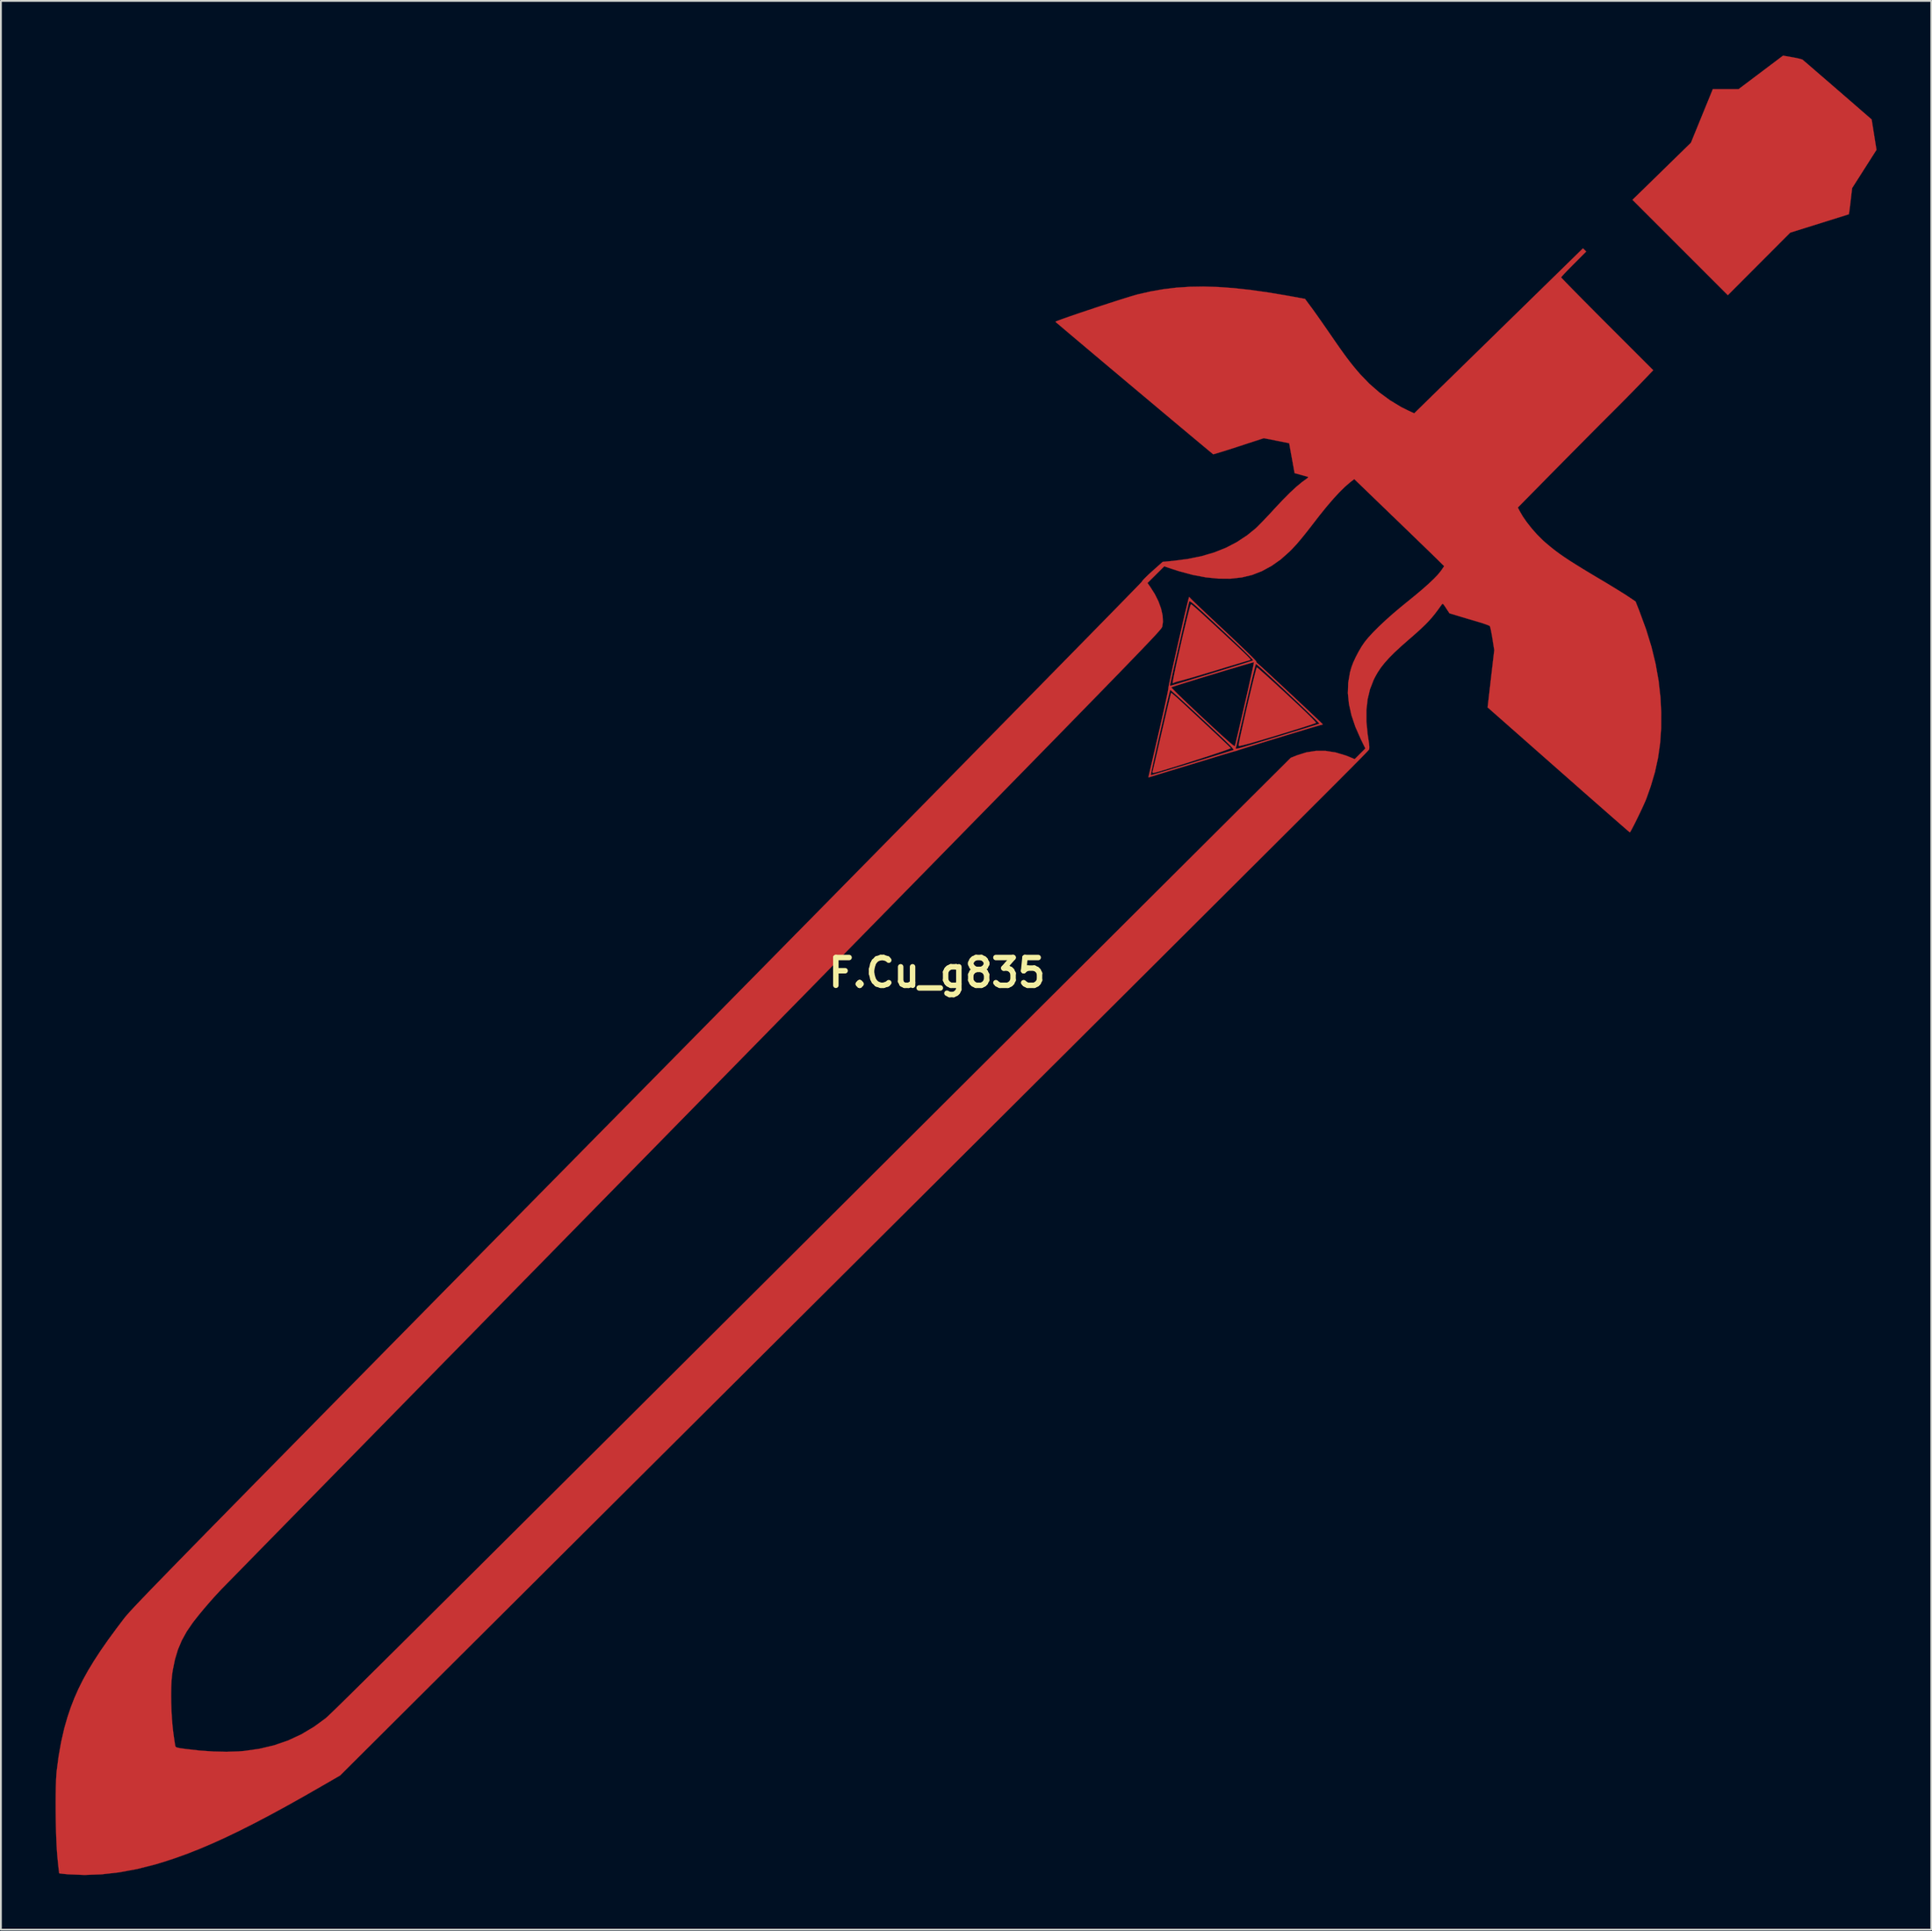
<source format=kicad_pcb>
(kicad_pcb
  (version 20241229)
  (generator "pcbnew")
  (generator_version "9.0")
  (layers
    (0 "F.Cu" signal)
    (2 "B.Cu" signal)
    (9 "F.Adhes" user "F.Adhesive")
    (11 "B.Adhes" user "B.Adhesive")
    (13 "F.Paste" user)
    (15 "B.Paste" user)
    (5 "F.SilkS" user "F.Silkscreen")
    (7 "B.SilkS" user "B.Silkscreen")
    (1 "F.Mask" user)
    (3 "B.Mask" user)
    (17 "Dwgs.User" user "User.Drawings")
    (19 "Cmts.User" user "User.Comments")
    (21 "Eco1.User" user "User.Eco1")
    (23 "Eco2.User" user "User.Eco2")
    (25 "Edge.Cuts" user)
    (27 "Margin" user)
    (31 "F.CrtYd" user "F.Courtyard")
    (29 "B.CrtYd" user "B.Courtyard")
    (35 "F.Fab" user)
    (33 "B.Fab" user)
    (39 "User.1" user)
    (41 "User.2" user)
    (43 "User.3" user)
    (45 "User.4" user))
  (footprint "F.Cu_g835"
    (layer "F.Cu")
    (at 48.37 50.336)
    (property "Reference" "F.Cu_g835" (at 0 0 0) (layer "F.SilkS") (effects (font (size 1.524 1.524) (thickness 0.3))))
    (attr through_hole)
    (fp_poly (pts (xy 46.93 -50.244) (xy 47.132 -50.206) (xy 47.307 -50.168) (xy 47.435 -50.133) (xy 47.498 -50.108) (xy 47.541 -50.072) (xy 47.642 -49.986) (xy 47.795 -49.854) (xy 47.994 -49.682) (xy 48.234 -49.474) (xy 48.509 -49.237) (xy 48.812 -48.975) (xy 49.139 -48.692) (xy 49.424 -48.445) (xy 51.287 -46.83) (xy 51.42 -45.997) (xy 51.553 -45.163) (xy 50.884 -44.113) (xy 50.215 -43.063) (xy 50.147 -42.476) (xy 50.121 -42.25) (xy 50.096 -42.045) (xy 50.075 -41.879) (xy 50.06 -41.772) (xy 50.058 -41.758) (xy 50.037 -41.627) (xy 46.818 -40.619) (xy 43.395 -37.187) (xy 38.163 -42.42) (xy 38.544 -42.79) (xy 38.661 -42.904) (xy 38.83 -43.068) (xy 39.04 -43.273) (xy 39.282 -43.51) (xy 39.548 -43.77) (xy 39.828 -44.044) (xy 40.113 -44.322) (xy 40.148 -44.356) (xy 41.371 -45.551) (xy 41.971 -47.022) (xy 42.572 -48.493) (xy 43.986 -48.493) (xy 46.426 -50.331) (xy 46.93 -50.244)) (stroke (width 0.01) (type solid)) (fill yes) (layer "F.Cu"))
    (fp_poly (pts (xy 12.883 -15.338) (xy 12.97 -15.269) (xy 13.096 -15.16) (xy 13.252 -15.02) (xy 13.363 -14.918) (xy 13.859 -14.456) (xy 14.297 -14.048) (xy 14.678 -13.692) (xy 15.007 -13.385) (xy 15.287 -13.124) (xy 15.52 -12.905) (xy 15.709 -12.726) (xy 15.859 -12.585) (xy 15.971 -12.477) (xy 16.05 -12.4) (xy 16.098 -12.352) (xy 16.118 -12.329) (xy 16.119 -12.327) (xy 16.083 -12.306) (xy 15.976 -12.263) (xy 15.805 -12.201) (xy 15.58 -12.123) (xy 15.311 -12.032) (xy 15.006 -11.931) (xy 14.674 -11.822) (xy 14.325 -11.709) (xy 13.967 -11.594) (xy 13.61 -11.481) (xy 13.262 -11.372) (xy 12.932 -11.27) (xy 12.63 -11.178) (xy 12.365 -11.098) (xy 12.146 -11.035) (xy 11.981 -10.99) (xy 11.88 -10.967) (xy 11.858 -10.964) (xy 11.824 -10.996) (xy 11.828 -11.038) (xy 11.842 -11.093) (xy 11.873 -11.222) (xy 11.919 -11.418) (xy 11.978 -11.671) (xy 12.049 -11.975) (xy 12.129 -12.321) (xy 12.217 -12.701) (xy 12.311 -13.107) (xy 12.338 -13.225) (xy 12.433 -13.635) (xy 12.523 -14.019) (xy 12.605 -14.37) (xy 12.678 -14.68) (xy 12.741 -14.941) (xy 12.791 -15.146) (xy 12.826 -15.286) (xy 12.844 -15.353) (xy 12.847 -15.358) (xy 12.883 -15.338)) (stroke (width 0.01) (type solid)) (fill yes) (layer "F.Cu"))
    (fp_poly (pts (xy 17.584 -16.735) (xy 17.675 -16.66) (xy 17.817 -16.536) (xy 18.004 -16.37) (xy 18.23 -16.166) (xy 18.49 -15.929) (xy 18.778 -15.664) (xy 19.09 -15.377) (xy 19.418 -15.072) (xy 19.758 -14.755) (xy 19.91 -14.613) (xy 20.141 -14.394) (xy 20.348 -14.194) (xy 20.525 -14.019) (xy 20.663 -13.877) (xy 20.757 -13.775) (xy 20.798 -13.72) (xy 20.799 -13.713) (xy 20.75 -13.692) (xy 20.629 -13.649) (xy 20.447 -13.588) (xy 20.212 -13.513) (xy 19.936 -13.425) (xy 19.626 -13.328) (xy 19.294 -13.224) (xy 18.948 -13.118) (xy 18.599 -13.011) (xy 18.255 -12.908) (xy 17.928 -12.81) (xy 17.626 -12.72) (xy 17.359 -12.643) (xy 17.138 -12.58) (xy 16.971 -12.535) (xy 16.958 -12.532) (xy 16.773 -12.485) (xy 16.655 -12.458) (xy 16.588 -12.45) (xy 16.559 -12.458) (xy 16.552 -12.481) (xy 16.552 -12.484) (xy 16.562 -12.556) (xy 16.589 -12.7) (xy 16.63 -12.904) (xy 16.685 -13.159) (xy 16.751 -13.455) (xy 16.825 -13.784) (xy 16.905 -14.135) (xy 16.988 -14.499) (xy 17.074 -14.865) (xy 17.159 -15.226) (xy 17.241 -15.57) (xy 17.318 -15.888) (xy 17.388 -16.171) (xy 17.449 -16.409) (xy 17.497 -16.593) (xy 17.532 -16.713) (xy 17.549 -16.758) (xy 17.584 -16.735)) (stroke (width 0.01) (type solid)) (fill yes) (layer "F.Cu"))
    (fp_poly (pts (xy 13.946 -20.215) (xy 13.974 -20.199) (xy 14.021 -20.165) (xy 14.089 -20.109) (xy 14.184 -20.027) (xy 14.308 -19.916) (xy 14.467 -19.774) (xy 14.662 -19.595) (xy 14.899 -19.377) (xy 15.181 -19.116) (xy 15.513 -18.809) (xy 15.897 -18.452) (xy 16.339 -18.041) (xy 16.476 -17.913) (xy 16.684 -17.718) (xy 16.868 -17.542) (xy 17.02 -17.392) (xy 17.132 -17.277) (xy 17.196 -17.205) (xy 17.207 -17.185) (xy 17.155 -17.153) (xy 17.093 -17.134) (xy 17.032 -17.118) (xy 16.9 -17.079) (xy 16.705 -17.021) (xy 16.457 -16.946) (xy 16.164 -16.858) (xy 15.835 -16.758) (xy 15.48 -16.65) (xy 15.325 -16.602) (xy 14.95 -16.489) (xy 14.59 -16.38) (xy 14.253 -16.28) (xy 13.951 -16.191) (xy 13.695 -16.117) (xy 13.495 -16.061) (xy 13.361 -16.026) (xy 13.335 -16.02) (xy 13.18 -15.981) (xy 13.059 -15.942) (xy 12.995 -15.912) (xy 12.991 -15.907) (xy 12.953 -15.893) (xy 12.937 -15.911) (xy 12.939 -15.963) (xy 12.959 -16.088) (xy 12.994 -16.276) (xy 13.044 -16.518) (xy 13.104 -16.804) (xy 13.174 -17.125) (xy 13.252 -17.47) (xy 13.334 -17.831) (xy 13.418 -18.198) (xy 13.503 -18.562) (xy 13.587 -18.913) (xy 13.666 -19.241) (xy 13.739 -19.537) (xy 13.804 -19.791) (xy 13.858 -19.995) (xy 13.9 -20.137) (xy 13.927 -20.21) (xy 13.932 -20.217) (xy 13.946 -20.215)) (stroke (width 0.01) (type solid)) (fill yes) (layer "F.Cu"))
    (fp_poly (pts (xy 13.864 -20.605) (xy 13.873 -20.587) (xy 13.906 -20.549) (xy 13.996 -20.459) (xy 14.137 -20.322) (xy 14.324 -20.143) (xy 14.551 -19.928) (xy 14.812 -19.681) (xy 15.102 -19.407) (xy 15.416 -19.113) (xy 15.711 -18.837) (xy 16.04 -18.529) (xy 16.35 -18.237) (xy 16.634 -17.966) (xy 16.888 -17.723) (xy 17.106 -17.511) (xy 17.283 -17.337) (xy 17.414 -17.205) (xy 17.492 -17.12) (xy 17.514 -17.089) (xy 17.532 -17.031) (xy 17.589 -16.976) (xy 17.639 -16.934) (xy 17.742 -16.842) (xy 17.891 -16.707) (xy 18.08 -16.533) (xy 18.302 -16.328) (xy 18.551 -16.098) (xy 18.819 -15.848) (xy 19.101 -15.586) (xy 19.389 -15.317) (xy 19.677 -15.048) (xy 19.957 -14.785) (xy 20.224 -14.535) (xy 20.471 -14.302) (xy 20.69 -14.094) (xy 20.876 -13.918) (xy 21.022 -13.778) (xy 21.12 -13.682) (xy 21.165 -13.636) (xy 21.167 -13.632) (xy 21.131 -13.61) (xy 21.093 -13.604) (xy 21.04 -13.592) (xy 20.916 -13.557) (xy 20.73 -13.502) (xy 20.489 -13.431) (xy 20.203 -13.345) (xy 19.881 -13.249) (xy 19.533 -13.143) (xy 19.166 -13.032) (xy 18.791 -12.918) (xy 18.415 -12.803) (xy 18.049 -12.69) (xy 17.7 -12.583) (xy 17.379 -12.484) (xy 17.093 -12.395) (xy 16.852 -12.319) (xy 16.665 -12.26) (xy 16.542 -12.219) (xy 16.49 -12.2) (xy 16.49 -12.2) (xy 16.411 -12.173) (xy 16.384 -12.169) (xy 16.327 -12.155) (xy 16.201 -12.119) (xy 16.018 -12.066) (xy 15.79 -11.998) (xy 15.53 -11.919) (xy 15.346 -11.863) (xy 15.038 -11.768) (xy 14.672 -11.656) (xy 14.27 -11.533) (xy 13.855 -11.406) (xy 13.449 -11.283) (xy 13.102 -11.177) (xy 12.784 -11.08) (xy 12.487 -10.99) (xy 12.223 -10.91) (xy 12.003 -10.842) (xy 11.837 -10.791) (xy 11.736 -10.76) (xy 11.716 -10.753) (xy 11.633 -10.728) (xy 11.6 -10.723) (xy 11.61 -10.765) (xy 11.628 -10.843) (xy 11.726 -10.843) (xy 11.727 -10.837) (xy 11.771 -10.849) (xy 11.889 -10.884) (xy 12.074 -10.939) (xy 12.317 -11.012) (xy 12.611 -11.1) (xy 12.949 -11.203) (xy 13.323 -11.316) (xy 13.726 -11.439) (xy 13.974 -11.514) (xy 14.392 -11.642) (xy 14.787 -11.763) (xy 15.152 -11.875) (xy 15.478 -11.976) (xy 15.759 -12.063) (xy 15.985 -12.133) (xy 16.151 -12.185) (xy 16.247 -12.216) (xy 16.268 -12.224) (xy 16.274 -12.24) (xy 16.254 -12.278) (xy 16.226 -12.313) (xy 16.385 -12.313) (xy 16.393 -12.299) (xy 16.418 -12.294) (xy 16.466 -12.299) (xy 16.544 -12.316) (xy 16.657 -12.345) (xy 16.812 -12.388) (xy 17.014 -12.448) (xy 17.269 -12.524) (xy 17.584 -12.62) (xy 17.963 -12.735) (xy 18.413 -12.873) (xy 18.775 -12.983) (xy 19.186 -13.109) (xy 19.574 -13.228) (xy 19.93 -13.337) (xy 20.247 -13.435) (xy 20.516 -13.519) (xy 20.732 -13.587) (xy 20.885 -13.636) (xy 20.968 -13.663) (xy 20.981 -13.668) (xy 20.958 -13.7) (xy 20.879 -13.783) (xy 20.752 -13.911) (xy 20.582 -14.077) (xy 20.377 -14.276) (xy 20.144 -14.501) (xy 19.887 -14.745) (xy 19.616 -15.003) (xy 19.335 -15.269) (xy 19.053 -15.535) (xy 18.774 -15.796) (xy 18.507 -16.045) (xy 18.258 -16.277) (xy 18.032 -16.484) (xy 17.839 -16.661) (xy 17.682 -16.801) (xy 17.57 -16.898) (xy 17.51 -16.946) (xy 17.502 -16.95) (xy 17.486 -16.911) (xy 17.453 -16.796) (xy 17.406 -16.615) (xy 17.345 -16.373) (xy 17.272 -16.079) (xy 17.19 -15.74) (xy 17.101 -15.363) (xy 17.006 -14.956) (xy 16.954 -14.732) (xy 16.856 -14.308) (xy 16.763 -13.906) (xy 16.677 -13.533) (xy 16.599 -13.2) (xy 16.533 -12.912) (xy 16.478 -12.679) (xy 16.438 -12.508) (xy 16.415 -12.408) (xy 16.41 -12.388) (xy 16.4 -12.359) (xy 16.39 -12.333) (xy 16.385 -12.313) (xy 16.226 -12.313) (xy 16.205 -12.34) (xy 16.121 -12.431) (xy 16 -12.554) (xy 15.838 -12.714) (xy 15.63 -12.914) (xy 15.372 -13.159) (xy 15.06 -13.452) (xy 14.692 -13.797) (xy 14.581 -13.899) (xy 14.257 -14.201) (xy 13.951 -14.484) (xy 13.67 -14.743) (xy 13.418 -14.974) (xy 13.201 -15.171) (xy 13.025 -15.328) (xy 12.896 -15.442) (xy 12.818 -15.507) (xy 12.797 -15.52) (xy 12.782 -15.475) (xy 12.751 -15.356) (xy 12.705 -15.174) (xy 12.648 -14.936) (xy 12.581 -14.653) (xy 12.506 -14.333) (xy 12.425 -13.984) (xy 12.34 -13.616) (xy 12.253 -13.238) (xy 12.166 -12.858) (xy 12.082 -12.486) (xy 12.002 -12.131) (xy 11.928 -11.801) (xy 11.863 -11.505) (xy 11.808 -11.252) (xy 11.765 -11.052) (xy 11.738 -10.913) (xy 11.726 -10.843) (xy 11.628 -10.843) (xy 11.636 -10.882) (xy 11.679 -11.066) (xy 11.736 -11.312) (xy 11.805 -11.612) (xy 11.885 -11.957) (xy 11.974 -12.342) (xy 12.07 -12.759) (xy 12.164 -13.166) (xy 12.266 -13.606) (xy 12.36 -14.021) (xy 12.446 -14.404) (xy 12.522 -14.748) (xy 12.586 -15.045) (xy 12.638 -15.288) (xy 12.674 -15.47) (xy 12.694 -15.583) (xy 12.697 -15.621) (xy 12.702 -15.664) (xy 12.702 -15.664) (xy 12.857 -15.664) (xy 12.881 -15.631) (xy 12.961 -15.545) (xy 13.093 -15.412) (xy 13.271 -15.237) (xy 13.489 -15.026) (xy 13.743 -14.784) (xy 14.026 -14.515) (xy 14.333 -14.226) (xy 14.571 -14.003) (xy 14.966 -13.635) (xy 15.303 -13.323) (xy 15.586 -13.064) (xy 15.818 -12.854) (xy 16.003 -12.69) (xy 16.145 -12.569) (xy 16.246 -12.489) (xy 16.311 -12.446) (xy 16.342 -12.437) (xy 16.345 -12.441) (xy 16.36 -12.494) (xy 16.391 -12.622) (xy 16.437 -12.817) (xy 16.497 -13.071) (xy 16.569 -13.376) (xy 16.65 -13.726) (xy 16.74 -14.111) (xy 16.835 -14.524) (xy 16.891 -14.765) (xy 16.988 -15.188) (xy 17.079 -15.587) (xy 17.161 -15.952) (xy 17.233 -16.277) (xy 17.294 -16.555) (xy 17.341 -16.777) (xy 17.373 -16.936) (xy 17.389 -17.025) (xy 17.39 -17.041) (xy 17.348 -17.033) (xy 17.233 -17.002) (xy 17.055 -16.951) (xy 16.823 -16.884) (xy 16.545 -16.802) (xy 16.232 -16.709) (xy 15.89 -16.607) (xy 15.53 -16.498) (xy 15.161 -16.386) (xy 14.79 -16.274) (xy 14.427 -16.163) (xy 14.081 -16.056) (xy 13.761 -15.957) (xy 13.476 -15.868) (xy 13.234 -15.792) (xy 13.045 -15.731) (xy 12.917 -15.688) (xy 12.859 -15.666) (xy 12.857 -15.664) (xy 12.702 -15.664) (xy 12.724 -15.781) (xy 12.726 -15.794) (xy 12.785 -15.794) (xy 12.803 -15.75) (xy 12.81 -15.748) (xy 12.854 -15.76) (xy 12.972 -15.795) (xy 13.156 -15.85) (xy 13.398 -15.923) (xy 13.692 -16.011) (xy 14.03 -16.114) (xy 14.404 -16.228) (xy 14.807 -16.351) (xy 15.064 -16.429) (xy 15.483 -16.557) (xy 15.878 -16.679) (xy 16.241 -16.791) (xy 16.566 -16.892) (xy 16.844 -16.978) (xy 17.068 -17.049) (xy 17.231 -17.101) (xy 17.325 -17.132) (xy 17.346 -17.14) (xy 17.327 -17.175) (xy 17.248 -17.265) (xy 17.108 -17.408) (xy 16.911 -17.603) (xy 16.659 -17.848) (xy 16.351 -18.141) (xy 15.992 -18.48) (xy 15.633 -18.815) (xy 15.258 -19.165) (xy 14.939 -19.461) (xy 14.673 -19.708) (xy 14.454 -19.908) (xy 14.278 -20.068) (xy 14.139 -20.189) (xy 14.034 -20.278) (xy 13.957 -20.337) (xy 13.903 -20.371) (xy 13.869 -20.384) (xy 13.848 -20.379) (xy 13.837 -20.362) (xy 13.836 -20.359) (xy 13.819 -20.296) (xy 13.786 -20.162) (xy 13.739 -19.965) (xy 13.681 -19.715) (xy 13.612 -19.422) (xy 13.535 -19.093) (xy 13.453 -18.739) (xy 13.368 -18.368) (xy 13.28 -17.991) (xy 13.194 -17.615) (xy 13.111 -17.251) (xy 13.032 -16.908) (xy 12.961 -16.594) (xy 12.899 -16.319) (xy 12.848 -16.093) (xy 12.811 -15.923) (xy 12.789 -15.821) (xy 12.785 -15.794) (xy 12.726 -15.794) (xy 12.761 -15.963) (xy 12.812 -16.201) (xy 12.874 -16.487) (xy 12.945 -16.811) (xy 13.024 -17.166) (xy 13.108 -17.543) (xy 13.196 -17.932) (xy 13.286 -18.325) (xy 13.375 -18.714) (xy 13.461 -19.09) (xy 13.543 -19.444) (xy 13.619 -19.766) (xy 13.687 -20.05) (xy 13.744 -20.286) (xy 13.788 -20.464) (xy 13.819 -20.578) (xy 13.832 -20.616) (xy 13.864 -20.605)) (stroke (width 0.01) (type solid)) (fill yes) (layer "F.Cu"))
    (fp_poly (pts (xy 35.622 -39.581) (xy 34.935 -38.893) (xy 34.739 -38.695) (xy 34.564 -38.515) (xy 34.42 -38.363) (xy 34.315 -38.248) (xy 34.257 -38.179) (xy 34.248 -38.163) (xy 34.277 -38.128) (xy 34.362 -38.037) (xy 34.498 -37.895) (xy 34.681 -37.707) (xy 34.906 -37.477) (xy 35.17 -37.209) (xy 35.467 -36.908) (xy 35.794 -36.579) (xy 36.145 -36.225) (xy 36.517 -35.852) (xy 36.774 -35.595) (xy 39.301 -33.068) (xy 38.661 -32.398) (xy 38.474 -32.205) (xy 38.239 -31.964) (xy 37.97 -31.69) (xy 37.678 -31.394) (xy 37.377 -31.091) (xy 37.079 -30.792) (xy 36.893 -30.607) (xy 36.654 -30.368) (xy 36.364 -30.078) (xy 36.034 -29.746) (xy 35.673 -29.383) (xy 35.292 -28.998) (xy 34.898 -28.601) (xy 34.502 -28.201) (xy 34.113 -27.807) (xy 33.819 -27.509) (xy 31.872 -25.533) (xy 31.965 -25.35) (xy 32.141 -25.046) (xy 32.371 -24.715) (xy 32.639 -24.376) (xy 32.928 -24.049) (xy 33.223 -23.754) (xy 33.316 -23.669) (xy 33.525 -23.489) (xy 33.732 -23.318) (xy 33.946 -23.151) (xy 34.174 -22.983) (xy 34.425 -22.809) (xy 34.706 -22.622) (xy 35.028 -22.418) (xy 35.396 -22.19) (xy 35.82 -21.933) (xy 36.309 -21.641) (xy 36.422 -21.574) (xy 36.72 -21.397) (xy 37.017 -21.217) (xy 37.299 -21.044) (xy 37.552 -20.887) (xy 37.761 -20.756) (xy 37.904 -20.662) (xy 38.333 -20.374) (xy 38.539 -19.852) (xy 38.905 -18.857) (xy 39.202 -17.896) (xy 39.431 -16.956) (xy 39.596 -16.028) (xy 39.699 -15.099) (xy 39.739 -14.3) (xy 39.736 -13.426) (xy 39.68 -12.602) (xy 39.568 -11.807) (xy 39.398 -11.022) (xy 39.164 -10.228) (xy 38.929 -9.567) (xy 38.87 -9.423) (xy 38.788 -9.237) (xy 38.689 -9.022) (xy 38.579 -8.788) (xy 38.464 -8.55) (xy 38.351 -8.319) (xy 38.245 -8.108) (xy 38.152 -7.93) (xy 38.079 -7.795) (xy 38.032 -7.718) (xy 38.018 -7.705) (xy 37.983 -7.732) (xy 37.889 -7.812) (xy 37.74 -7.941) (xy 37.539 -8.116) (xy 37.29 -8.333) (xy 36.998 -8.588) (xy 36.667 -8.879) (xy 36.3 -9.201) (xy 35.901 -9.551) (xy 35.474 -9.926) (xy 35.024 -10.323) (xy 34.554 -10.737) (xy 34.308 -10.954) (xy 33.825 -11.379) (xy 33.358 -11.792) (xy 32.909 -12.187) (xy 32.484 -12.562) (xy 32.087 -12.913) (xy 31.721 -13.235) (xy 31.392 -13.525) (xy 31.103 -13.78) (xy 30.859 -13.995) (xy 30.664 -14.167) (xy 30.522 -14.292) (xy 30.437 -14.367) (xy 30.419 -14.383) (xy 30.214 -14.563) (xy 30.396 -16.134) (xy 30.579 -17.705) (xy 30.479 -18.339) (xy 30.441 -18.564) (xy 30.403 -18.761) (xy 30.37 -18.915) (xy 30.343 -19.009) (xy 30.334 -19.027) (xy 30.28 -19.057) (xy 30.159 -19.105) (xy 29.986 -19.165) (xy 29.775 -19.232) (xy 29.612 -19.281) (xy 29.346 -19.36) (xy 29.07 -19.441) (xy 28.811 -19.518) (xy 28.597 -19.583) (xy 28.527 -19.604) (xy 28.119 -19.728) (xy 27.936 -20.009) (xy 27.844 -20.147) (xy 27.784 -20.223) (xy 27.745 -20.248) (xy 27.714 -20.231) (xy 27.697 -20.209) (xy 27.506 -19.943) (xy 27.332 -19.712) (xy 27.163 -19.504) (xy 26.988 -19.306) (xy 26.796 -19.107) (xy 26.575 -18.896) (xy 26.316 -18.66) (xy 26.006 -18.388) (xy 25.866 -18.267) (xy 25.453 -17.904) (xy 25.104 -17.579) (xy 24.809 -17.283) (xy 24.562 -17.008) (xy 24.355 -16.745) (xy 24.181 -16.484) (xy 24.031 -16.218) (xy 23.955 -16.064) (xy 23.758 -15.555) (xy 23.627 -15.008) (xy 23.561 -14.42) (xy 23.561 -13.787) (xy 23.627 -13.104) (xy 23.668 -12.838) (xy 23.705 -12.587) (xy 23.721 -12.399) (xy 23.716 -12.284) (xy 23.711 -12.267) (xy 23.708 -12.261) (xy 23.704 -12.253) (xy 23.698 -12.243) (xy 23.688 -12.23) (xy 23.673 -12.213) (xy 23.653 -12.19) (xy 23.626 -12.16) (xy 23.591 -12.123) (xy 23.548 -12.077) (xy 23.495 -12.021) (xy 23.43 -11.955) (xy 23.354 -11.877) (xy 23.265 -11.785) (xy 23.162 -11.68) (xy 23.043 -11.561) (xy 22.909 -11.425) (xy 22.757 -11.271) (xy 22.587 -11.1) (xy 22.397 -10.91) (xy 22.187 -10.699) (xy 21.956 -10.467) (xy 21.702 -10.213) (xy 21.425 -9.935) (xy 21.123 -9.633) (xy 20.795 -9.306) (xy 20.441 -8.952) (xy 20.059 -8.57) (xy 19.648 -8.159) (xy 19.207 -7.719) (xy 18.735 -7.248) (xy 18.231 -6.746) (xy 17.694 -6.21) (xy 17.123 -5.641) (xy 16.517 -5.036) (xy 15.875 -4.396) (xy 15.195 -3.718) (xy 14.477 -3.003) (xy 13.72 -2.248) (xy 12.922 -1.453) (xy 12.083 -0.616) (xy 11.201 0.262) (xy 10.276 1.185) (xy 9.306 2.151) (xy 8.29 3.163) (xy 7.228 4.222) (xy 6.117 5.328) (xy 4.958 6.483) (xy 3.749 7.688) (xy 2.489 8.943) (xy 1.177 10.25) (xy -0.188 11.61) (xy -1.607 13.024) (xy -3.082 14.493) (xy -4.612 16.018) (xy -6.2 17.6) (xy -7.847 19.24) (xy -8.769 20.158) (xy -32.756 44.055) (xy -33.745 44.627) (xy -34.763 45.21) (xy -35.718 45.745) (xy -36.616 46.233) (xy -37.463 46.678) (xy -38.262 47.082) (xy -39.021 47.447) (xy -39.743 47.776) (xy -40.435 48.071) (xy -41.101 48.335) (xy -41.747 48.571) (xy -42.378 48.78) (xy -42.897 48.937) (xy -43.896 49.19) (xy -44.882 49.372) (xy -45.847 49.481) (xy -46.785 49.516) (xy -47.688 49.479) (xy -47.877 49.461) (xy -48.032 49.445) (xy -48.135 49.432) (xy -48.169 49.424) (xy -48.177 49.379) (xy -48.192 49.263) (xy -48.212 49.087) (xy -48.235 48.865) (xy -48.261 48.61) (xy -48.269 48.527) (xy -48.295 48.207) (xy -48.317 47.828) (xy -48.335 47.402) (xy -48.349 46.945) (xy -48.359 46.468) (xy -48.364 45.986) (xy -48.365 45.512) (xy -48.362 45.06) (xy -48.354 44.644) (xy -48.341 44.276) (xy -48.323 43.97) (xy -48.309 43.815) (xy -48.203 43.001) (xy -48.063 42.213) (xy -47.893 41.469) (xy -47.71 40.831) (xy -47.533 40.31) (xy -47.337 39.805) (xy -47.254 39.618) (xy -42.03 39.618) (xy -42.025 40.058) (xy -42.01 40.508) (xy -41.985 40.951) (xy -41.95 41.368) (xy -41.912 41.693) (xy -41.88 41.925) (xy -41.85 42.133) (xy -41.825 42.3) (xy -41.807 42.409) (xy -41.801 42.437) (xy -41.785 42.475) (xy -41.75 42.505) (xy -41.682 42.53) (xy -41.568 42.554) (xy -41.394 42.58) (xy -41.219 42.604) (xy -40.449 42.69) (xy -39.702 42.741) (xy -38.994 42.756) (xy -38.34 42.736) (xy -38.033 42.712) (xy -37.186 42.592) (xy -36.383 42.402) (xy -35.621 42.14) (xy -34.894 41.804) (xy -34.199 41.391) (xy -33.57 40.933) (xy -33.547 40.914) (xy -33.517 40.888) (xy -33.479 40.854) (xy -33.432 40.81) (xy -33.375 40.757) (xy -33.307 40.692) (xy -33.227 40.616) (xy -33.134 40.526) (xy -33.028 40.423) (xy -32.907 40.306) (xy -32.771 40.173) (xy -32.618 40.023) (xy -32.448 39.856) (xy -32.259 39.67) (xy -32.051 39.465) (xy -31.823 39.24) (xy -31.574 38.994) (xy -31.303 38.726) (xy -31.009 38.435) (xy -30.691 38.12) (xy -30.348 37.78) (xy -29.98 37.414) (xy -29.584 37.022) (xy -29.162 36.602) (xy -28.71 36.154) (xy -28.229 35.676) (xy -27.718 35.167) (xy -27.176 34.628) (xy -26.601 34.056) (xy -25.993 33.451) (xy -25.351 32.813) (xy -24.674 32.139) (xy -23.961 31.429) (xy -23.211 30.682) (xy -22.424 29.898) (xy -21.597 29.075) (xy -20.731 28.212) (xy -19.824 27.309) (xy -18.876 26.365) (xy -17.885 25.378) (xy -16.851 24.347) (xy -15.773 23.273) (xy -14.649 22.153) (xy -13.48 20.988) (xy -12.263 19.775) (xy -10.998 18.514) (xy -9.684 17.205) (xy -8.32 15.846) (xy -6.906 14.436) (xy -5.44 12.975) (xy -3.921 11.461) (xy -2.348 9.893) (xy -0.721 8.272) (xy 0.961 6.594) (xy 2.7 4.861) (xy 4.496 3.071) (xy 6.351 1.222) (xy 7.98 -0.402) (xy 19.41 -11.795) (xy 19.748 -11.931) (xy 20.267 -12.095) (xy 20.793 -12.176) (xy 21.327 -12.175) (xy 21.872 -12.09) (xy 22.431 -11.922) (xy 22.605 -11.854) (xy 22.92 -11.724) (xy 23.213 -12.016) (xy 23.505 -12.309) (xy 23.249 -12.832) (xy 22.956 -13.498) (xy 22.742 -14.135) (xy 22.605 -14.749) (xy 22.546 -15.341) (xy 22.565 -15.915) (xy 22.66 -16.475) (xy 22.741 -16.764) (xy 22.839 -17.024) (xy 22.976 -17.321) (xy 23.137 -17.628) (xy 23.308 -17.917) (xy 23.46 -18.14) (xy 23.662 -18.389) (xy 23.927 -18.677) (xy 24.246 -18.997) (xy 24.612 -19.341) (xy 25.016 -19.701) (xy 25.451 -20.069) (xy 25.76 -20.321) (xy 26.233 -20.705) (xy 26.638 -21.046) (xy 26.978 -21.347) (xy 27.254 -21.609) (xy 27.472 -21.835) (xy 27.632 -22.029) (xy 27.671 -22.082) (xy 27.83 -22.314) (xy 27.451 -22.688) (xy 27.355 -22.782) (xy 27.205 -22.929) (xy 27.006 -23.122) (xy 26.764 -23.356) (xy 26.486 -23.625) (xy 26.179 -23.923) (xy 25.847 -24.244) (xy 25.498 -24.581) (xy 25.138 -24.929) (xy 24.983 -25.078) (xy 22.895 -27.093) (xy 22.642 -26.895) (xy 22.38 -26.668) (xy 22.081 -26.373) (xy 21.751 -26.015) (xy 21.395 -25.601) (xy 21.019 -25.137) (xy 20.828 -24.891) (xy 20.546 -24.525) (xy 20.306 -24.218) (xy 20.1 -23.96) (xy 19.92 -23.741) (xy 19.758 -23.552) (xy 19.606 -23.384) (xy 19.456 -23.226) (xy 19.327 -23.097) (xy 18.858 -22.681) (xy 18.353 -22.326) (xy 17.825 -22.04) (xy 17.293 -21.832) (xy 16.726 -21.696) (xy 16.114 -21.628) (xy 15.458 -21.629) (xy 14.764 -21.698) (xy 14.033 -21.835) (xy 13.269 -22.04) (xy 12.954 -22.142) (xy 12.467 -22.305) (xy 12.008 -21.848) (xy 11.548 -21.39) (xy 11.695 -21.183) (xy 11.951 -20.78) (xy 12.152 -20.376) (xy 12.295 -19.981) (xy 12.378 -19.605) (xy 12.396 -19.259) (xy 12.362 -19.009) (xy 12.358 -18.995) (xy 12.353 -18.981) (xy 12.345 -18.964) (xy 12.334 -18.944) (xy 12.317 -18.919) (xy 12.295 -18.888) (xy 12.265 -18.849) (xy 12.226 -18.803) (xy 12.178 -18.747) (xy 12.119 -18.68) (xy 12.048 -18.601) (xy 11.964 -18.509) (xy 11.865 -18.403) (xy 11.751 -18.281) (xy 11.62 -18.143) (xy 11.471 -17.987) (xy 11.304 -17.811) (xy 11.116 -17.615) (xy 10.907 -17.398) (xy 10.675 -17.158) (xy 10.42 -16.894) (xy 10.139 -16.604) (xy 9.833 -16.289) (xy 9.5 -15.946) (xy 9.138 -15.574) (xy 8.746 -15.172) (xy 8.324 -14.74) (xy 7.87 -14.274) (xy 7.383 -13.776) (xy 6.862 -13.242) (xy 6.306 -12.673) (xy 5.713 -12.067) (xy 5.082 -11.422) (xy 4.412 -10.738) (xy 3.703 -10.013) (xy 2.952 -9.246) (xy 2.158 -8.436) (xy 1.322 -7.582) (xy 0.44 -6.682) (xy -0.487 -5.735) (xy -1.462 -4.741) (xy -2.484 -3.698) (xy -3.556 -2.604) (xy -4.679 -1.458) (xy -5.853 -0.26) (xy -7.08 0.992) (xy -8.362 2.299) (xy -9.698 3.662) (xy -11.091 5.083) (xy -12.541 6.562) (xy -13.241 7.276) (xy -14.473 8.532) (xy -15.691 9.775) (xy -16.895 11.003) (xy -18.082 12.214) (xy -19.252 13.407) (xy -20.402 14.581) (xy -21.532 15.734) (xy -22.64 16.864) (xy -23.726 17.971) (xy -24.786 19.053) (xy -25.82 20.109) (xy -26.828 21.136) (xy -27.806 22.134) (xy -28.754 23.102) (xy -29.671 24.037) (xy -30.555 24.939) (xy -31.404 25.806) (xy -32.218 26.636) (xy -32.995 27.429) (xy -33.733 28.182) (xy -34.432 28.895) (xy -35.089 29.566) (xy -35.704 30.193) (xy -36.275 30.776) (xy -36.8 31.312) (xy -37.279 31.801) (xy -37.709 32.24) (xy -38.09 32.629) (xy -38.42 32.966) (xy -38.698 33.25) (xy -38.922 33.479) (xy -39.091 33.652) (xy -39.204 33.767) (xy -39.259 33.823) (xy -39.26 33.824) (xy -39.57 34.154) (xy -39.896 34.519) (xy -40.221 34.896) (xy -40.525 35.264) (xy -40.79 35.601) (xy -40.842 35.669) (xy -41.175 36.155) (xy -41.444 36.642) (xy -41.657 37.147) (xy -41.82 37.689) (xy -41.941 38.284) (xy -41.979 38.544) (xy -42.007 38.843) (xy -42.024 39.207) (xy -42.03 39.618) (xy -47.254 39.618) (xy -47.116 39.306) (xy -46.866 38.804) (xy -46.583 38.293) (xy -46.261 37.762) (xy -45.896 37.204) (xy -45.483 36.611) (xy -45.017 35.975) (xy -44.625 35.458) (xy -44.594 35.418) (xy -44.56 35.375) (xy -44.52 35.327) (xy -44.475 35.274) (xy -44.422 35.213) (xy -44.361 35.144) (xy -44.29 35.066) (xy -44.209 34.978) (xy -44.116 34.877) (xy -44.011 34.764) (xy -43.891 34.637) (xy -43.756 34.495) (xy -43.605 34.337) (xy -43.436 34.161) (xy -43.249 33.966) (xy -43.042 33.752) (xy -42.814 33.517) (xy -42.564 33.26) (xy -42.291 32.979) (xy -41.994 32.674) (xy -41.671 32.343) (xy -41.322 31.986) (xy -40.945 31.6) (xy -40.539 31.186) (xy -40.104 30.741) (xy -39.637 30.265) (xy -39.137 29.756) (xy -38.605 29.213) (xy -38.037 28.636) (xy -37.435 28.022) (xy -36.795 27.371) (xy -36.117 26.682) (xy -35.4 25.953) (xy -34.643 25.184) (xy -33.845 24.372) (xy -33.004 23.518) (xy -32.119 22.619) (xy -31.189 21.675) (xy -30.214 20.684) (xy -29.191 19.646) (xy -28.12 18.558) (xy -27 17.421) (xy -25.829 16.232) (xy -24.607 14.991) (xy -23.331 13.697) (xy -22.002 12.348) (xy -20.618 10.943) (xy -19.177 9.48) (xy -17.679 7.96) (xy -16.435 6.697) (xy -15.154 5.396) (xy -13.887 4.111) (xy -12.636 2.841) (xy -11.403 1.588) (xy -10.187 0.354) (xy -8.992 -0.86) (xy -7.818 -2.053) (xy -6.665 -3.223) (xy -5.537 -4.369) (xy -4.434 -5.491) (xy -3.356 -6.585) (xy -2.307 -7.652) (xy -1.286 -8.69) (xy -0.295 -9.697) (xy 0.664 -10.673) (xy 1.591 -11.615) (xy 2.483 -12.523) (xy 3.34 -13.395) (xy 4.16 -14.229) (xy 4.943 -15.026) (xy 5.686 -15.782) (xy 6.388 -16.498) (xy 7.049 -17.171) (xy 7.666 -17.8) (xy 8.239 -18.384) (xy 8.766 -18.922) (xy 9.246 -19.412) (xy 9.678 -19.853) (xy 10.059 -20.243) (xy 10.39 -20.582) (xy 10.669 -20.868) (xy 10.894 -21.099) (xy 11.064 -21.274) (xy 11.177 -21.393) (xy 11.233 -21.453) (xy 11.239 -21.461) (xy 11.27 -21.51) (xy 11.354 -21.605) (xy 11.482 -21.734) (xy 11.644 -21.888) (xy 11.811 -22.04) (xy 12.383 -22.549) (xy 12.928 -22.601) (xy 13.752 -22.707) (xy 14.511 -22.861) (xy 15.211 -23.066) (xy 15.859 -23.324) (xy 16.46 -23.638) (xy 17.02 -24.009) (xy 17.472 -24.375) (xy 17.575 -24.473) (xy 17.724 -24.622) (xy 17.908 -24.811) (xy 18.115 -25.029) (xy 18.335 -25.264) (xy 18.525 -25.471) (xy 18.964 -25.939) (xy 19.362 -26.34) (xy 19.72 -26.672) (xy 20.036 -26.933) (xy 20.244 -27.083) (xy 20.341 -27.157) (xy 20.369 -27.204) (xy 20.357 -27.215) (xy 20.291 -27.235) (xy 20.166 -27.27) (xy 20.008 -27.314) (xy 19.96 -27.327) (xy 19.622 -27.419) (xy 19.325 -29.062) (xy 18.629 -29.2) (xy 17.932 -29.338) (xy 16.561 -28.891) (xy 16.237 -28.785) (xy 15.938 -28.69) (xy 15.673 -28.606) (xy 15.453 -28.539) (xy 15.288 -28.489) (xy 15.185 -28.461) (xy 15.156 -28.456) (xy 15.12 -28.485) (xy 15.023 -28.564) (xy 14.871 -28.69) (xy 14.668 -28.859) (xy 14.418 -29.067) (xy 14.127 -29.31) (xy 13.799 -29.584) (xy 13.438 -29.886) (xy 13.049 -30.211) (xy 12.638 -30.557) (xy 12.207 -30.918) (xy 11.763 -31.291) (xy 11.309 -31.672) (xy 10.85 -32.057) (xy 10.391 -32.442) (xy 9.936 -32.825) (xy 9.49 -33.199) (xy 9.058 -33.563) (xy 8.645 -33.911) (xy 8.254 -34.24) (xy 7.89 -34.547) (xy 7.559 -34.826) (xy 7.264 -35.075) (xy 7.01 -35.29) (xy 6.803 -35.466) (xy 6.645 -35.6) (xy 6.543 -35.687) (xy 6.501 -35.725) (xy 6.5 -35.726) (xy 6.534 -35.747) (xy 6.64 -35.79) (xy 6.81 -35.853) (xy 7.034 -35.933) (xy 7.304 -36.028) (xy 7.613 -36.134) (xy 7.95 -36.249) (xy 8.308 -36.369) (xy 8.677 -36.492) (xy 9.05 -36.615) (xy 9.417 -36.735) (xy 9.771 -36.849) (xy 10.102 -36.954) (xy 10.401 -37.048) (xy 10.661 -37.128) (xy 10.873 -37.19) (xy 11.021 -37.231) (xy 11.712 -37.389) (xy 12.411 -37.511) (xy 13.124 -37.597) (xy 13.86 -37.646) (xy 14.626 -37.658) (xy 15.43 -37.634) (xy 16.278 -37.573) (xy 17.179 -37.476) (xy 18.14 -37.341) (xy 19.169 -37.169) (xy 19.335 -37.139) (xy 20.192 -36.984) (xy 20.524 -36.536) (xy 20.638 -36.381) (xy 20.789 -36.17) (xy 20.967 -35.918) (xy 21.163 -35.638) (xy 21.366 -35.346) (xy 21.566 -35.056) (xy 21.569 -35.052) (xy 21.852 -34.641) (xy 22.097 -34.29) (xy 22.312 -33.989) (xy 22.505 -33.727) (xy 22.684 -33.493) (xy 22.857 -33.276) (xy 23.032 -33.066) (xy 23.217 -32.852) (xy 23.217 -32.851) (xy 23.722 -32.327) (xy 24.277 -31.843) (xy 24.865 -31.412) (xy 25.472 -31.045) (xy 25.873 -30.845) (xy 26.186 -30.702) (xy 30.817 -35.229) (xy 35.447 -39.756) (xy 35.622 -39.581)) (stroke (width 0.01) (type solid)) (fill yes) (layer "F.Cu")))
  (gr_rect
    (start -3 -3)
    (end 102.929 102.857)
    (stroke (width 0.1) (type default))
    (fill no)
    (layer "Edge.Cuts")))
</source>
